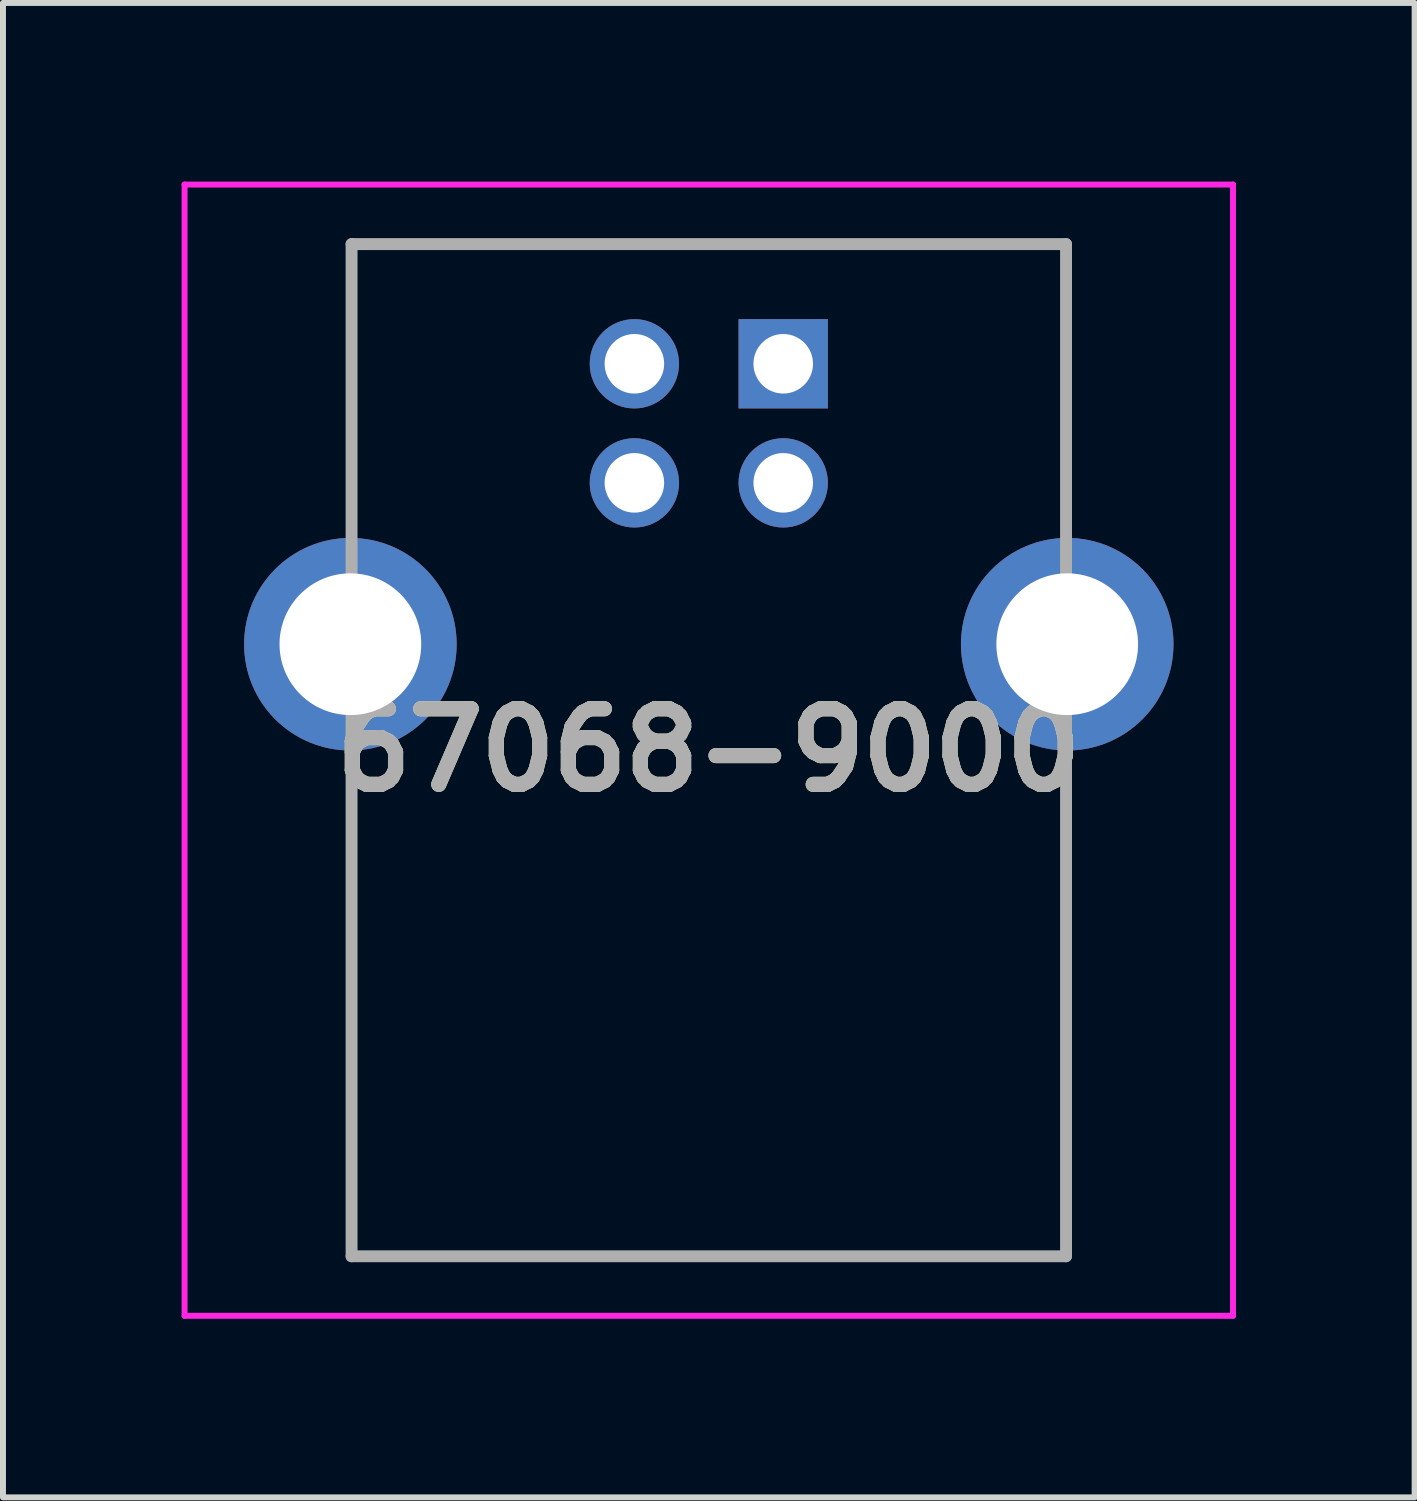
<source format=kicad_pcb>
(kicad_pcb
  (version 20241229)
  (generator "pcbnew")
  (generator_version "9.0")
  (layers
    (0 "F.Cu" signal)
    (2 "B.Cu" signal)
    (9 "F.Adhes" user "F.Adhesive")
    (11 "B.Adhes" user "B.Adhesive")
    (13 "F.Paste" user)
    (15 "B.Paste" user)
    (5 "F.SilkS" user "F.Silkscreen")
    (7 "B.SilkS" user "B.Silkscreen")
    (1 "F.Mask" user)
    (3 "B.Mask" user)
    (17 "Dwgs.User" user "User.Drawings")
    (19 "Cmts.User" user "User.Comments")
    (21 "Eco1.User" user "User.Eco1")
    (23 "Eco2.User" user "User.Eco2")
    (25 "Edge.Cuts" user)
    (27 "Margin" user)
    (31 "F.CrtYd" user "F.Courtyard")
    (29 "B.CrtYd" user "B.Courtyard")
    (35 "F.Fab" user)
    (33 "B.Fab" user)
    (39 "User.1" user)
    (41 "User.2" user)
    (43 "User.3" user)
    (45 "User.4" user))
  (footprint "67068-9000"
    (layer "F.Cu")
    (at 10.105 3.06)
    (property "Reference" "67068-9000" (at -1.25 6.49 0) (layer "F.SilkS") (effects (font (size 1.27 1.27) (thickness 0.254))))
    (attr through_hole)
    (fp_line (start -7.27 14.99) (end 4.75 14.99) (stroke (width 0.1) (type solid)) (layer "F.SilkS"))
    (fp_line (start -7.25 -2.01) (end 4.75 -2.01) (stroke (width 0.1) (type solid)) (layer "F.SilkS"))
    (fp_line (start -7.25 2.71) (end -7.25 -2.01) (stroke (width 0.1) (type solid)) (layer "F.SilkS"))
    (fp_line (start -7.25 6.71) (end -7.27 14.99) (stroke (width 0.1) (type solid)) (layer "F.SilkS"))
    (fp_line (start 4.75 -2.01) (end 4.75 2.71) (stroke (width 0.1) (type solid)) (layer "F.SilkS"))
    (fp_line (start 4.75 14.99) (end 4.77 6.71) (stroke (width 0.1) (type solid)) (layer "F.SilkS"))
    (fp_line (start -10.055 -3.01) (end 7.555 -3.01) (stroke (width 0.1) (type solid)) (layer "F.CrtYd"))
    (fp_line (start -10.055 15.99) (end -10.055 -3.01) (stroke (width 0.1) (type solid)) (layer "F.CrtYd"))
    (fp_line (start 7.555 -3.01) (end 7.555 15.99) (stroke (width 0.1) (type solid)) (layer "F.CrtYd"))
    (fp_line (start 7.555 15.99) (end -10.055 15.99) (stroke (width 0.1) (type solid)) (layer "F.CrtYd"))
    (fp_line (start -7.25 -2.01) (end 4.75 -2.01) (stroke (width 0.2) (type solid)) (layer "F.Fab"))
    (fp_line (start -7.25 14.99) (end -7.25 -2.01) (stroke (width 0.2) (type solid)) (layer "F.Fab"))
    (fp_line (start 4.75 -2.01) (end 4.75 14.99) (stroke (width 0.2) (type solid)) (layer "F.Fab"))
    (fp_line (start 4.75 14.99) (end -7.25 14.99) (stroke (width 0.2) (type solid)) (layer "F.Fab"))
    (fp_text user "${REFERENCE}" (at -1.25 6.49 0) (layer "F.Fab") (effects (font (size 1.27 1.27) (thickness 0.254))))
    (pad "1" thru_hole rect (at 0 0) (size 1.5 1.5) (drill 1) (layers "*.Cu" "*.Mask"))
    (pad "2" thru_hole circle (at -2.5 0) (size 1.5 1.5) (drill 1) (layers "*.Cu" "*.Mask"))
    (pad "3" thru_hole circle (at -2.5 2) (size 1.5 1.5) (drill 1) (layers "*.Cu" "*.Mask"))
    (pad "4" thru_hole circle (at 0 2) (size 1.5 1.5) (drill 1) (layers "*.Cu" "*.Mask"))
    (pad "5" thru_hole circle (at -7.27 4.71) (size 3.57 3.57) (drill 2.38) (layers "*.Cu" "*.Mask"))
    (pad "5" thru_hole circle (at 4.77 4.71) (size 3.57 3.57) (drill 2.38) (layers "*.Cu" "*.Mask")))
  (gr_rect
    (start -3 -3)
    (end 20.71 22.1)
    (stroke (width 0.1) (type default))
    (fill no)
    (layer "Edge.Cuts")))
</source>
